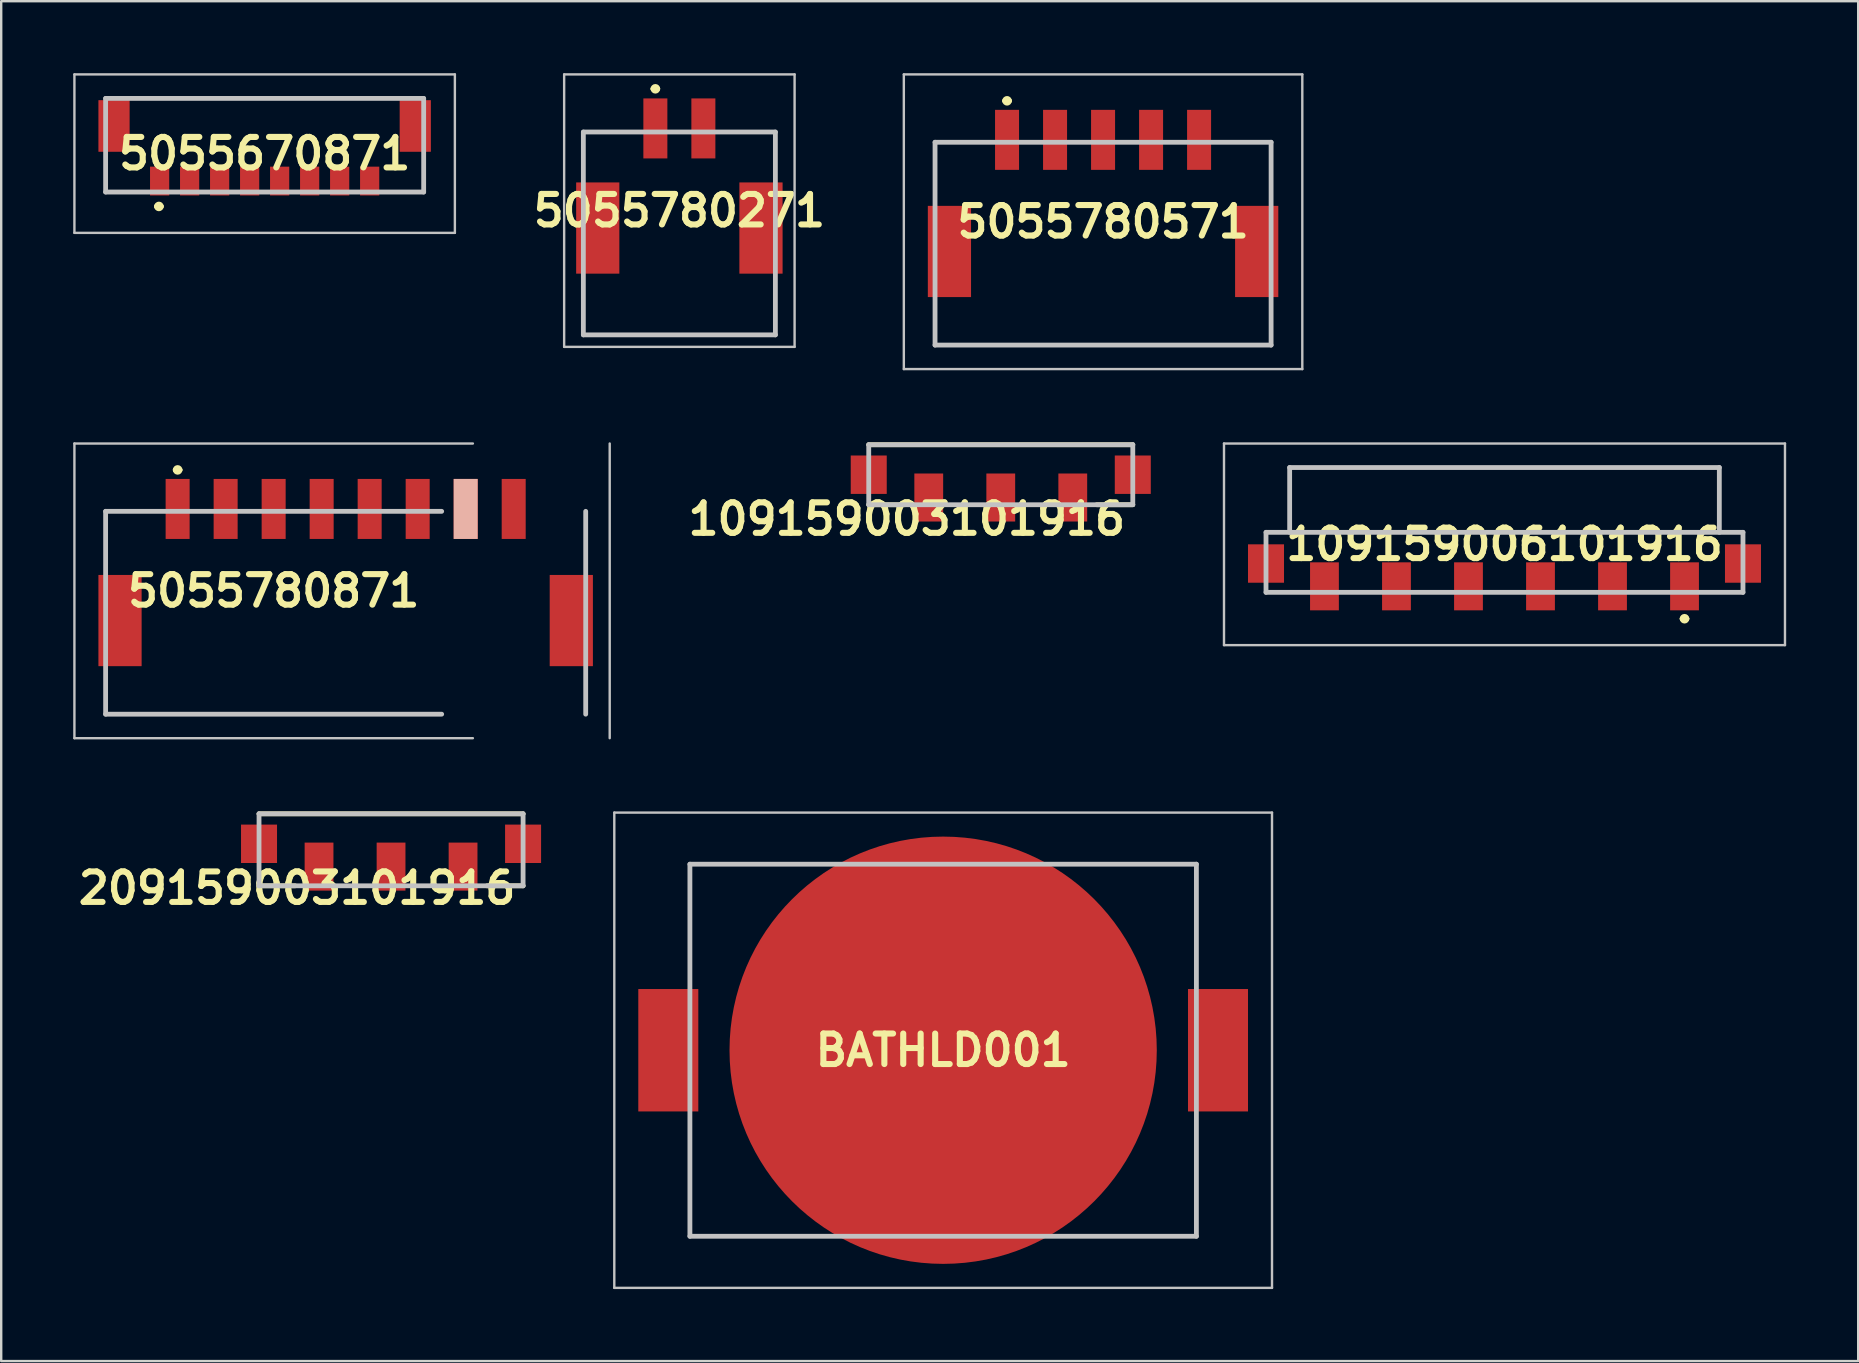
<source format=kicad_pcb>
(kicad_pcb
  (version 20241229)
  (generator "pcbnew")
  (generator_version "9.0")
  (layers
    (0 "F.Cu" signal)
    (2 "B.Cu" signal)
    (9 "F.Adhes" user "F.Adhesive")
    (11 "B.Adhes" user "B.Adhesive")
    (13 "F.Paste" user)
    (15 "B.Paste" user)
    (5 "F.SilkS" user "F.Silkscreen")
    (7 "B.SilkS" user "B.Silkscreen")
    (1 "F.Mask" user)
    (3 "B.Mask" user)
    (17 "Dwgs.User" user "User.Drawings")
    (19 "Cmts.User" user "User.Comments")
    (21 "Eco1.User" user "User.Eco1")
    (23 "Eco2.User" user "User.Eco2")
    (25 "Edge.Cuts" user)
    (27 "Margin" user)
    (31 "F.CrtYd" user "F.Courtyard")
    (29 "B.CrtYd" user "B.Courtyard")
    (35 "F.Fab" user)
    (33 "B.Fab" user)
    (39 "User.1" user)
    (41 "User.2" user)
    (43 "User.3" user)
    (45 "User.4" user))
  (footprint "5055780871"
    (layer "F.Cu")
    (at 8.35 21.564)
    (property "Reference" "5055780871" (at 0 0 0) (layer "F.SilkS") (effects (font (size 1.27 1.27) (thickness 0.254))))
    (attr smd)
    (fp_line (start -7 -3.312) (end -7 -1.137) (stroke (width 0.1) (type solid)) (layer "F.SilkS"))
    (fp_line (start -7 3.862) (end -7 5.138) (stroke (width 0.1) (type solid)) (layer "F.SilkS"))
    (fp_line (start -7 5.138) (end 7 5.138) (stroke (width 0.1) (type solid)) (layer "F.SilkS"))
    (fp_line (start -5 -3.312) (end -7 -3.312) (stroke (width 0.1) (type solid)) (layer "F.SilkS"))
    (fp_line (start -4.1 -5.038) (end -4.1 -5.038) (stroke (width 0.2) (type solid)) (layer "F.SilkS"))
    (fp_line (start -3.9 -5.038) (end -3.9 -5.038) (stroke (width 0.2) (type solid)) (layer "F.SilkS"))
    (fp_line (start 5 -3.312) (end 7 -3.312) (stroke (width 0.1) (type solid)) (layer "F.SilkS"))
    (fp_line (start 13 -3.312) (end 13 -1.137) (stroke (width 0.1) (type solid)) (layer "F.SilkS"))
    (fp_line (start 13 5.138) (end 13 3.862) (stroke (width 0.1) (type solid)) (layer "F.SilkS"))
    (fp_arc (start -4.1 -5.038) (mid -4 -5.138) (end -3.9 -5.038) (stroke (width 0.2) (type solid)) (layer "F.SilkS"))
    (fp_arc (start -3.9 -5.038) (mid -4 -4.938) (end -4.1 -5.038) (stroke (width 0.2) (type solid)) (layer "F.SilkS"))
    (fp_line (start -8.3 -6.138) (end 8.3 -6.138) (stroke (width 0.1) (type solid)) (layer "Dwgs.User"))
    (fp_line (start -8.3 6.138) (end -8.3 -6.138) (stroke (width 0.1) (type solid)) (layer "Dwgs.User"))
    (fp_line (start -7 -3.312) (end 7 -3.312) (stroke (width 0.2) (type solid)) (layer "Dwgs.User"))
    (fp_line (start -7 5.138) (end -7 -3.312) (stroke (width 0.2) (type solid)) (layer "Dwgs.User"))
    (fp_line (start 7 5.138) (end -7 5.138) (stroke (width 0.2) (type solid)) (layer "Dwgs.User"))
    (fp_line (start 8.3 6.138) (end -8.3 6.138) (stroke (width 0.1) (type solid)) (layer "Dwgs.User"))
    (fp_line (start 13 -3.312) (end 13 5.138) (stroke (width 0.2) (type solid)) (layer "Dwgs.User"))
    (fp_line (start 14 -6.138) (end 14 6.138) (stroke (width 0.1) (type solid)) (layer "Dwgs.User"))
    (pad "1" smd rect (at -4 -3.412) (size 1 2.5) (layers "F.Cu" "F.Mask" "F.Paste"))
    (pad "2" smd rect (at -2 -3.412) (size 1 2.5) (layers "F.Cu" "F.Mask" "F.Paste"))
    (pad "3" smd rect (at 0 -3.412) (size 1 2.5) (layers "F.Cu" "F.Mask" "F.Paste"))
    (pad "4" smd rect (at 2 -3.412) (size 1 2.5) (layers "F.Cu" "F.Mask" "F.Paste"))
    (pad "5" smd rect (at 4 -3.412) (size 1 2.5) (layers "F.Cu" "F.Mask" "F.Paste"))
    (pad "6" smd rect (at 6 -3.412) (size 1 2.5) (layers "F.Cu" "F.Mask" "F.Paste"))
    (pad "7" smd rect (at 8 -3.412) (size 1 2.5) (layers "F.Cu" "F.Mask" "B.SilkS" "F.Paste"))
    (pad "8" smd rect (at 10 -3.412) (size 1 2.5) (layers "F.Cu" "F.Mask" "F.Paste"))
    (pad "MP1" smd rect (at -6.4 1.238) (size 1.8 3.8) (layers "F.Cu" "F.Mask" "F.Paste"))
    (pad "MP2" smd rect (at 12.4 1.238) (size 1.8 3.8) (layers "F.Cu" "F.Mask" "F.Paste")))
  (footprint "5055780271"
    (layer "F.Cu")
    (at 25.252 2.45)
    (property "Reference" "5055780271" (at 0 3.275 0) (layer "F.SilkS") (effects (font (size 1.27 1.27) (thickness 0.254))))
    (attr smd)
    (fp_line (start -4 0) (end -4 1.5) (stroke (width 0.1) (type solid)) (layer "F.SilkS"))
    (fp_line (start -4 6.5) (end -4 8.45) (stroke (width 0.1) (type solid)) (layer "F.SilkS"))
    (fp_line (start -4 8.45) (end 4 8.45) (stroke (width 0.1) (type solid)) (layer "F.SilkS"))
    (fp_line (start -2 0) (end -4 0) (stroke (width 0.1) (type solid)) (layer "F.SilkS"))
    (fp_line (start -1.1 -1.8) (end -1.1 -1.8) (stroke (width 0.2) (type solid)) (layer "F.SilkS"))
    (fp_line (start -0.9 -1.8) (end -0.9 -1.8) (stroke (width 0.2) (type solid)) (layer "F.SilkS"))
    (fp_line (start 2 0) (end 4 0) (stroke (width 0.1) (type solid)) (layer "F.SilkS"))
    (fp_line (start 4 0) (end 4 1.5) (stroke (width 0.1) (type solid)) (layer "F.SilkS"))
    (fp_line (start 4 8.45) (end 4 6.5) (stroke (width 0.1) (type solid)) (layer "F.SilkS"))
    (fp_arc (start -1.1 -1.8) (mid -1 -1.9) (end -0.9 -1.8) (stroke (width 0.2) (type solid)) (layer "F.SilkS"))
    (fp_arc (start -0.9 -1.8) (mid -1 -1.7) (end -1.1 -1.8) (stroke (width 0.2) (type solid)) (layer "F.SilkS"))
    (fp_line (start -4.8 -2.4) (end 4.8 -2.4) (stroke (width 0.1) (type solid)) (layer "Dwgs.User"))
    (fp_line (start -4.8 8.95) (end -4.8 -2.4) (stroke (width 0.1) (type solid)) (layer "Dwgs.User"))
    (fp_line (start -4 0) (end 4 0) (stroke (width 0.2) (type solid)) (layer "Dwgs.User"))
    (fp_line (start -4 8.45) (end -4 0) (stroke (width 0.2) (type solid)) (layer "Dwgs.User"))
    (fp_line (start 4 0) (end 4 8.45) (stroke (width 0.2) (type solid)) (layer "Dwgs.User"))
    (fp_line (start 4 8.45) (end -4 8.45) (stroke (width 0.2) (type solid)) (layer "Dwgs.User"))
    (fp_line (start 4.8 -2.4) (end 4.8 8.95) (stroke (width 0.1) (type solid)) (layer "Dwgs.User"))
    (fp_line (start 4.8 8.95) (end -4.8 8.95) (stroke (width 0.1) (type solid)) (layer "Dwgs.User"))
    (pad "1" smd rect (at -1 -0.15) (size 1 2.5) (layers "F.Cu" "F.Mask" "F.Paste"))
    (pad "2" smd rect (at 1 -0.15) (size 1 2.5) (layers "F.Cu" "F.Mask" "F.Paste"))
    (pad "MP1" smd rect (at -3.4 4) (size 1.8 3.8) (layers "F.Cu" "F.Mask" "F.Paste"))
    (pad "MP2" smd rect (at 3.4 4) (size 1.8 3.8) (layers "F.Cu" "F.Mask" "F.Paste")))
  (footprint "BATHLD001"
    (layer "F.Cu")
    (at 36.241 40.702)
    (property "Reference" "BATHLD001" (at 0 0 0) (layer "F.SilkS") (effects (font (size 1.27 1.27) (thickness 0.254))))
    (attr smd)
    (fp_line (start -10.55 -7.75) (end -5 -7.75) (stroke (width 0.1) (type solid)) (layer "F.SilkS"))
    (fp_line (start -10.55 -3) (end -10.55 -7.75) (stroke (width 0.1) (type solid)) (layer "F.SilkS"))
    (fp_line (start -10.55 3) (end -10.55 7.75) (stroke (width 0.1) (type solid)) (layer "F.SilkS"))
    (fp_line (start -10.55 7.75) (end -5.5 7.75) (stroke (width 0.1) (type solid)) (layer "F.SilkS"))
    (fp_line (start 5 -7.75) (end 10.55 -7.75) (stroke (width 0.1) (type solid)) (layer "F.SilkS"))
    (fp_line (start 5 7.75) (end 10.55 7.75) (stroke (width 0.1) (type solid)) (layer "F.SilkS"))
    (fp_line (start 10.55 -7.75) (end 10.55 -3) (stroke (width 0.1) (type solid)) (layer "F.SilkS"))
    (fp_line (start 10.55 7.75) (end 10.55 3) (stroke (width 0.1) (type solid)) (layer "F.SilkS"))
    (fp_line (start -13.7 -9.9) (end 13.7 -9.9) (stroke (width 0.1) (type solid)) (layer "Dwgs.User"))
    (fp_line (start -13.7 9.9) (end -13.7 -9.9) (stroke (width 0.1) (type solid)) (layer "Dwgs.User"))
    (fp_line (start -10.55 -7.75) (end 10.55 -7.75) (stroke (width 0.2) (type solid)) (layer "Dwgs.User"))
    (fp_line (start -10.55 7.75) (end -10.55 -7.75) (stroke (width 0.2) (type solid)) (layer "Dwgs.User"))
    (fp_line (start 10.55 -7.75) (end 10.55 7.75) (stroke (width 0.2) (type solid)) (layer "Dwgs.User"))
    (fp_line (start 10.55 7.75) (end -10.55 7.75) (stroke (width 0.2) (type solid)) (layer "Dwgs.User"))
    (fp_line (start 13.7 -9.9) (end 13.7 9.9) (stroke (width 0.1) (type solid)) (layer "Dwgs.User"))
    (fp_line (start 13.7 9.9) (end -13.7 9.9) (stroke (width 0.1) (type solid)) (layer "Dwgs.User"))
    (pad "1" smd rect (at 11.45 0) (size 2.5 5.1) (layers "F.Cu" "F.Mask" "F.Paste"))
    (pad "2" smd rect (at -11.45 0) (size 2.5 5.1) (layers "F.Cu" "F.Mask" "F.Paste"))
    (pad "3" smd circle (at 0 0 90) (size 17.8 17.8) (layers "F.Cu" "F.Mask" "F.Paste")))
  (footprint "5055670871"
    (layer "F.Cu")
    (at 7.975 3.35)
    (property "Reference" "5055670871" (at 0 0 0) (layer "F.SilkS") (effects (font (size 1.27 1.27) (thickness 0.254))))
    (attr smd)
    (fp_line (start -6.625 0.2) (end -6.625 1.6) (stroke (width 0.1) (type solid)) (layer "F.SilkS"))
    (fp_line (start -6.625 1.6) (end -5.705 1.6) (stroke (width 0.1) (type solid)) (layer "F.SilkS"))
    (fp_line (start -5.205 -2.3) (end 5.295 -2.3) (stroke (width 0.1) (type solid)) (layer "F.SilkS"))
    (fp_line (start -4.505 2.2) (end -4.505 2.2) (stroke (width 0.2) (type solid)) (layer "F.SilkS"))
    (fp_line (start -4.305 2.2) (end -4.305 2.2) (stroke (width 0.2) (type solid)) (layer "F.SilkS"))
    (fp_line (start 5.795 1.6) (end 6.625 1.6) (stroke (width 0.1) (type solid)) (layer "F.SilkS"))
    (fp_line (start 6.625 1.6) (end 6.625 0.2) (stroke (width 0.1) (type solid)) (layer "F.SilkS"))
    (fp_arc (start -4.505 2.2) (mid -4.405 2.1) (end -4.305 2.2) (stroke (width 0.2) (type solid)) (layer "F.SilkS"))
    (fp_arc (start -4.305 2.2) (mid -4.405 2.3) (end -4.505 2.2) (stroke (width 0.2) (type solid)) (layer "F.SilkS"))
    (fp_line (start -7.925 -3.3) (end 7.925 -3.3) (stroke (width 0.1) (type solid)) (layer "Dwgs.User"))
    (fp_line (start -7.925 3.3) (end -7.925 -3.3) (stroke (width 0.1) (type solid)) (layer "Dwgs.User"))
    (fp_line (start -6.625 -2.3) (end 6.625 -2.3) (stroke (width 0.2) (type solid)) (layer "Dwgs.User"))
    (fp_line (start -6.625 1.6) (end -6.625 -2.3) (stroke (width 0.2) (type solid)) (layer "Dwgs.User"))
    (fp_line (start 6.625 -2.3) (end 6.625 1.6) (stroke (width 0.2) (type solid)) (layer "Dwgs.User"))
    (fp_line (start 6.625 1.6) (end -6.625 1.6) (stroke (width 0.2) (type solid)) (layer "Dwgs.User"))
    (fp_line (start 7.925 -3.3) (end 7.925 3.3) (stroke (width 0.1) (type solid)) (layer "Dwgs.User"))
    (fp_line (start 7.925 3.3) (end -7.925 3.3) (stroke (width 0.1) (type solid)) (layer "Dwgs.User"))
    (pad "1" smd rect (at -4.375 1.143) (size 0.8 1.2) (layers "F.Cu" "F.Mask" "F.Paste"))
    (pad "2" smd rect (at -3.125 1.143) (size 0.8 1.2) (layers "F.Cu" "F.Mask" "F.Paste"))
    (pad "3" smd rect (at -1.875 1.143) (size 0.8 1.2) (layers "F.Cu" "F.Mask" "F.Paste"))
    (pad "4" smd rect (at -0.625 1.143) (size 0.8 1.2) (layers "F.Cu" "F.Mask" "F.Paste"))
    (pad "5" smd rect (at 0.625 1.143) (size 0.8 1.2) (layers "F.Cu" "F.Mask" "F.Paste"))
    (pad "6" smd rect (at 1.875 1.143) (size 0.8 1.2) (layers "F.Cu" "F.Mask" "F.Paste"))
    (pad "7" smd rect (at 3.125 1.143) (size 0.8 1.2) (layers "F.Cu" "F.Mask" "F.Paste"))
    (pad "8" smd rect (at 4.375 1.143) (size 0.8 1.2) (layers "F.Cu" "F.Mask" "F.Paste"))
    (pad "9" smd rect (at -6.275 -1.152) (size 1.3 2.15) (layers "F.Cu" "F.Mask" "F.Paste"))
    (pad "10" smd rect (at 6.275 -1.152) (size 1.3 2.15) (layers "F.Cu" "F.Mask" "F.Paste")))
  (footprint "109159006101916"
    (layer "F.Cu")
    (at 59.626 19.126)
    (property "Reference" "109159006101916" (at 0 0.5 0) (layer "F.SilkS") (effects (font (size 1.27 1.27) (thickness 0.254))))
    (attr smd)
    (fp_line (start -9.935 0) (end 9.935 0) (stroke (width 0.1) (type solid)) (layer "F.SilkS"))
    (fp_line (start -8.5 2.5) (end -9.935 2.5) (stroke (width 0.1) (type solid)) (layer "F.SilkS"))
    (fp_line (start -6.5 2.5) (end -5.5 2.5) (stroke (width 0.1) (type solid)) (layer "F.SilkS"))
    (fp_line (start -3.5 2.5) (end -2.5 2.5) (stroke (width 0.1) (type solid)) (layer "F.SilkS"))
    (fp_line (start -0.5 2.5) (end 0.5 2.5) (stroke (width 0.1) (type solid)) (layer "F.SilkS"))
    (fp_line (start 2.5 2.5) (end 3.5 2.5) (stroke (width 0.1) (type solid)) (layer "F.SilkS"))
    (fp_line (start 5.5 2.5) (end 6.5 2.5) (stroke (width 0.1) (type solid)) (layer "F.SilkS"))
    (fp_line (start 7.4 3.6) (end 7.4 3.6) (stroke (width 0.2) (type solid)) (layer "F.SilkS"))
    (fp_line (start 7.6 3.6) (end 7.6 3.6) (stroke (width 0.2) (type solid)) (layer "F.SilkS"))
    (fp_line (start 8.5 2.5) (end 9.935 2.5) (stroke (width 0.1) (type solid)) (layer "F.SilkS"))
    (fp_arc (start 7.4 3.6) (mid 7.5 3.5) (end 7.6 3.6) (stroke (width 0.2) (type solid)) (layer "F.SilkS"))
    (fp_arc (start 7.6 3.6) (mid 7.5 3.7) (end 7.4 3.6) (stroke (width 0.2) (type solid)) (layer "F.SilkS"))
    (fp_line (start -11.685 -3.7) (end 11.685 -3.7) (stroke (width 0.1) (type solid)) (layer "Dwgs.User"))
    (fp_line (start -11.685 4.7) (end -11.685 -3.7) (stroke (width 0.1) (type solid)) (layer "Dwgs.User"))
    (fp_line (start -9.935 0) (end 9.935 0) (stroke (width 0.2) (type solid)) (layer "Dwgs.User"))
    (fp_line (start -9.935 2.5) (end -9.935 0) (stroke (width 0.2) (type solid)) (layer "Dwgs.User"))
    (fp_line (start -8.95 -2.7) (end 8.95 -2.7) (stroke (width 0.2) (type solid)) (layer "Dwgs.User"))
    (fp_line (start -8.95 0) (end -8.95 -2.7) (stroke (width 0.2) (type solid)) (layer "Dwgs.User"))
    (fp_line (start 8.95 -2.7) (end 8.95 0) (stroke (width 0.2) (type solid)) (layer "Dwgs.User"))
    (fp_line (start 9.935 0) (end 9.935 2.5) (stroke (width 0.2) (type solid)) (layer "Dwgs.User"))
    (fp_line (start 9.935 2.5) (end -9.935 2.5) (stroke (width 0.2) (type solid)) (layer "Dwgs.User"))
    (fp_line (start 11.685 -3.7) (end 11.685 4.7) (stroke (width 0.1) (type solid)) (layer "Dwgs.User"))
    (fp_line (start 11.685 4.7) (end -11.685 4.7) (stroke (width 0.1) (type solid)) (layer "Dwgs.User"))
    (pad "1" smd rect (at 7.5 2.25) (size 1.2 2) (layers "F.Cu" "F.Mask" "F.Paste"))
    (pad "2" smd rect (at 4.5 2.25) (size 1.2 2) (layers "F.Cu" "F.Mask" "F.Paste"))
    (pad "3" smd rect (at 1.5 2.25) (size 1.2 2) (layers "F.Cu" "F.Mask" "F.Paste"))
    (pad "4" smd rect (at -1.5 2.25) (size 1.2 2) (layers "F.Cu" "F.Mask" "F.Paste"))
    (pad "5" smd rect (at -4.5 2.25) (size 1.2 2) (layers "F.Cu" "F.Mask" "F.Paste"))
    (pad "6" smd rect (at -7.5 2.25) (size 1.2 2) (layers "F.Cu" "F.Mask" "F.Paste"))
    (pad "7" smd rect (at -9.935 1.3) (size 1.5 1.6) (layers "F.Cu" "F.Mask" "F.Paste"))
    (pad "8" smd rect (at 9.935 1.3) (size 1.5 1.6) (layers "F.Cu" "F.Mask" "F.Paste")))
  (footprint "209159003101916"
    (layer "F.Cu")
    (at 13.241 33.052)
    (property "Reference" "209159003101916" (at -3.916 0.897 0) (layer "F.SilkS") (effects (font (size 1.27 1.27) (thickness 0.254))))
    (attr smd)
    (fp_line (start -5.5 -2.2) (end 5.5 -2.2) (stroke (width 0.2) (type solid)) (layer "F.SilkS"))
    (fp_line (start -5.5 0.8) (end -4 0.8) (stroke (width 0.2) (type solid)) (layer "F.SilkS"))
    (fp_line (start 5.5 0.8) (end 4 0.8) (stroke (width 0.2) (type solid)) (layer "F.SilkS"))
    (fp_line (start -5.5 -2.2) (end 5.5 -2.2) (stroke (width 0.2) (type solid)) (layer "Dwgs.User"))
    (fp_line (start -5.5 0.8) (end -5.5 -2.2) (stroke (width 0.2) (type solid)) (layer "Dwgs.User"))
    (fp_line (start 5.5 -2.2) (end 5.5 0.8) (stroke (width 0.2) (type solid)) (layer "Dwgs.User"))
    (fp_line (start 5.5 0.8) (end -5.5 0.8) (stroke (width 0.2) (type solid)) (layer "Dwgs.User"))
    (pad "1" smd rect (at -3 0) (size 1.2 2) (layers "F.Cu" "F.Mask" "F.Paste"))
    (pad "2" smd rect (at 0 0) (size 1.2 2) (layers "F.Cu" "F.Mask" "F.Paste"))
    (pad "3" smd rect (at 3 0) (size 1.2 2) (layers "F.Cu" "F.Mask" "F.Paste"))
    (pad "4" smd rect (at -5.5 -0.95) (size 1.5 1.6) (layers "F.Cu" "F.Mask" "F.Paste"))
    (pad "5" smd rect (at 5.5 -0.95) (size 1.5 1.6) (layers "F.Cu" "F.Mask" "F.Paste")))
  (footprint "5055780571"
    (layer "F.Cu")
    (at 42.903 6.188)
    (property "Reference" "5055780571" (at 0 0 0) (layer "F.SilkS") (effects (font (size 1.27 1.27) (thickness 0.254))))
    (attr smd)
    (fp_line (start -7 -3.312) (end -7 -1.137) (stroke (width 0.1) (type solid)) (layer "F.SilkS"))
    (fp_line (start -7 3.862) (end -7 5.138) (stroke (width 0.1) (type solid)) (layer "F.SilkS"))
    (fp_line (start -7 5.138) (end 7 5.138) (stroke (width 0.1) (type solid)) (layer "F.SilkS"))
    (fp_line (start -5 -3.312) (end -7 -3.312) (stroke (width 0.1) (type solid)) (layer "F.SilkS"))
    (fp_line (start -4.1 -5.038) (end -4.1 -5.038) (stroke (width 0.2) (type solid)) (layer "F.SilkS"))
    (fp_line (start -3.9 -5.038) (end -3.9 -5.038) (stroke (width 0.2) (type solid)) (layer "F.SilkS"))
    (fp_line (start 5 -3.312) (end 7 -3.312) (stroke (width 0.1) (type solid)) (layer "F.SilkS"))
    (fp_line (start 7 -3.312) (end 7 -1.137) (stroke (width 0.1) (type solid)) (layer "F.SilkS"))
    (fp_line (start 7 5.138) (end 7 3.862) (stroke (width 0.1) (type solid)) (layer "F.SilkS"))
    (fp_arc (start -4.1 -5.038) (mid -4 -5.138) (end -3.9 -5.038) (stroke (width 0.2) (type solid)) (layer "F.SilkS"))
    (fp_arc (start -3.9 -5.038) (mid -4 -4.938) (end -4.1 -5.038) (stroke (width 0.2) (type solid)) (layer "F.SilkS"))
    (fp_line (start -8.3 -6.138) (end 8.3 -6.138) (stroke (width 0.1) (type solid)) (layer "Dwgs.User"))
    (fp_line (start -8.3 6.138) (end -8.3 -6.138) (stroke (width 0.1) (type solid)) (layer "Dwgs.User"))
    (fp_line (start -7 -3.312) (end 7 -3.312) (stroke (width 0.2) (type solid)) (layer "Dwgs.User"))
    (fp_line (start -7 5.138) (end -7 -3.312) (stroke (width 0.2) (type solid)) (layer "Dwgs.User"))
    (fp_line (start 7 -3.312) (end 7 5.138) (stroke (width 0.2) (type solid)) (layer "Dwgs.User"))
    (fp_line (start 7 5.138) (end -7 5.138) (stroke (width 0.2) (type solid)) (layer "Dwgs.User"))
    (fp_line (start 8.3 -6.138) (end 8.3 6.138) (stroke (width 0.1) (type solid)) (layer "Dwgs.User"))
    (fp_line (start 8.3 6.138) (end -8.3 6.138) (stroke (width 0.1) (type solid)) (layer "Dwgs.User"))
    (pad "1" smd rect (at -4 -3.412) (size 1 2.5) (layers "F.Cu" "F.Mask" "F.Paste"))
    (pad "2" smd rect (at -2 -3.412) (size 1 2.5) (layers "F.Cu" "F.Mask" "F.Paste"))
    (pad "3" smd rect (at 0 -3.412) (size 1 2.5) (layers "F.Cu" "F.Mask" "F.Paste"))
    (pad "4" smd rect (at 2 -3.412) (size 1 2.5) (layers "F.Cu" "F.Mask" "F.Paste"))
    (pad "5" smd rect (at 4 -3.412) (size 1 2.5) (layers "F.Cu" "F.Mask" "F.Paste"))
    (pad "MP1" smd rect (at -6.4 1.238) (size 1.8 3.8) (layers "F.Cu" "F.Mask" "F.Paste"))
    (pad "MP2" smd rect (at 6.4 1.238) (size 1.8 3.8) (layers "F.Cu" "F.Mask" "F.Paste")))
  (footprint "109159003101916"
    (layer "F.Cu")
    (at 38.641 17.676)
    (property "Reference" "109159003101916" (at -3.916 0.897 0) (layer "F.SilkS") (effects (font (size 1.27 1.27) (thickness 0.254))))
    (attr smd)
    (fp_line (start -5.5 -2.2) (end 5.5 -2.2) (stroke (width 0.2) (type solid)) (layer "F.SilkS"))
    (fp_line (start -5.5 0.3) (end -4 0.3) (stroke (width 0.2) (type solid)) (layer "F.SilkS"))
    (fp_line (start 5.5 0.3) (end 4 0.3) (stroke (width 0.2) (type solid)) (layer "F.SilkS"))
    (fp_line (start -5.5 -2.2) (end 5.5 -2.2) (stroke (width 0.2) (type solid)) (layer "Dwgs.User"))
    (fp_line (start -5.5 0.3) (end -5.5 -2.2) (stroke (width 0.2) (type solid)) (layer "Dwgs.User"))
    (fp_line (start 5.5 -2.2) (end 5.5 0.3) (stroke (width 0.2) (type solid)) (layer "Dwgs.User"))
    (fp_line (start 5.5 0.3) (end -5.5 0.3) (stroke (width 0.2) (type solid)) (layer "Dwgs.User"))
    (pad "1" smd rect (at 3 0) (size 1.2 2) (layers "F.Cu" "F.Mask" "F.Paste"))
    (pad "2" smd rect (at 0 0) (size 1.2 2) (layers "F.Cu" "F.Mask" "F.Paste"))
    (pad "3" smd rect (at -3 0) (size 1.2 2) (layers "F.Cu" "F.Mask" "F.Paste"))
    (pad "4" smd rect (at -5.5 -0.95) (size 1.5 1.6) (layers "F.Cu" "F.Mask" "F.Paste"))
    (pad "5" smd rect (at 5.5 -0.95) (size 1.5 1.6) (layers "F.Cu" "F.Mask" "F.Paste")))
  (gr_rect
    (start -3 -3)
    (end 74.361 53.652)
    (stroke (width 0.1) (type default))
    (fill no)
    (layer "Edge.Cuts")))
</source>
